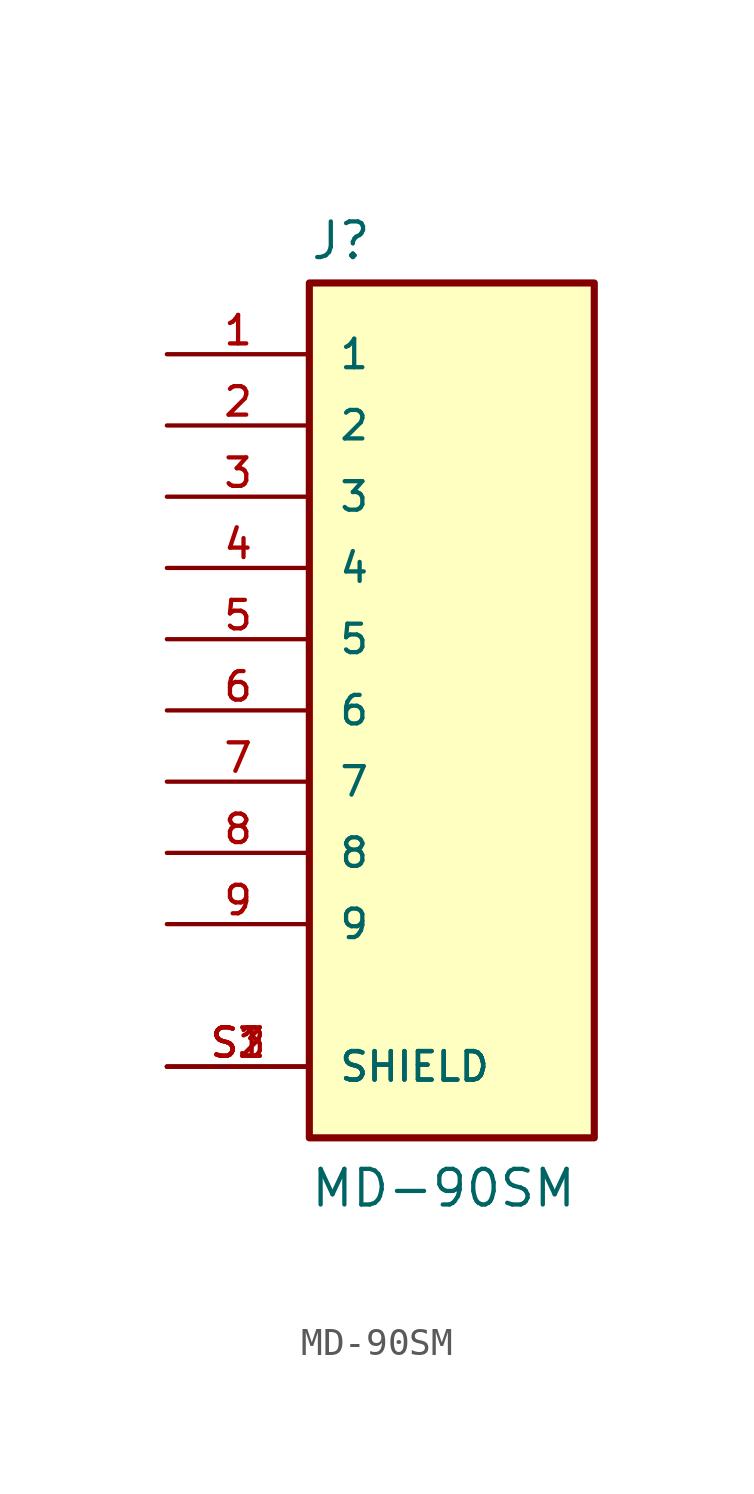
<source format=kicad_sym>
(kicad_symbol_lib
  (version 20220914)
  (generator kicad_symbol_editor)
  (symbol "MD-90SM"
    (pin_names
      (offset 1.016))
    (property "Reference" "J"
      (at -5.08 16.002 0)
      (effects (font (size 1.27 1.27)) (justify left bottom)))
    (property "Value" "MD-90SM"
      (at -5.08 -17.78 0)
      (effects (font (size 1.27 1.27)) (justify left bottom)))
    (symbol "MD-90SM_0_0"
      (rectangle (start -5.08 -15.24) (end 5.08 15.24) (stroke (width 0.254) (type default)) (fill (type background)))
      (pin passive line (at -10.16 12.7 0) (length 5.08) (name "1" (effects (font (size 1.016 1.016)))) (number "1" (effects (font (size 1.016 1.016)))))
      (pin passive line (at -10.16 10.16 0) (length 5.08) (name "2" (effects (font (size 1.016 1.016)))) (number "2" (effects (font (size 1.016 1.016)))))
      (pin passive line (at -10.16 7.62 0) (length 5.08) (name "3" (effects (font (size 1.016 1.016)))) (number "3" (effects (font (size 1.016 1.016)))))
      (pin passive line (at -10.16 5.08 0) (length 5.08) (name "4" (effects (font (size 1.016 1.016)))) (number "4" (effects (font (size 1.016 1.016)))))
      (pin passive line (at -10.16 2.54 0) (length 5.08) (name "5" (effects (font (size 1.016 1.016)))) (number "5" (effects (font (size 1.016 1.016)))))
      (pin passive line (at -10.16 0 0) (length 5.08) (name "6" (effects (font (size 1.016 1.016)))) (number "6" (effects (font (size 1.016 1.016)))))
      (pin passive line (at -10.16 -2.54 0) (length 5.08) (name "7" (effects (font (size 1.016 1.016)))) (number "7" (effects (font (size 1.016 1.016)))))
      (pin passive line (at -10.16 -5.08 0) (length 5.08) (name "8" (effects (font (size 1.016 1.016)))) (number "8" (effects (font (size 1.016 1.016)))))
      (pin passive line (at -10.16 -7.62 0) (length 5.08) (name "9" (effects (font (size 1.016 1.016)))) (number "9" (effects (font (size 1.016 1.016)))))
      (pin passive line (at -10.16 -12.7 0) (length 5.08) (name "SHIELD" (effects (font (size 1.016 1.016)))) (number "S1" (effects (font (size 1.016 1.016)))))
      (pin passive line (at -10.16 -12.7 0) (length 5.08) (name "SHIELD" (effects (font (size 1.016 1.016)))) (number "S2" (effects (font (size 1.016 1.016)))))
      (pin passive line (at -10.16 -12.7 0) (length 5.08) (name "SHIELD" (effects (font (size 1.016 1.016)))) (number "S3" (effects (font (size 1.016 1.016))))))))
</source>
